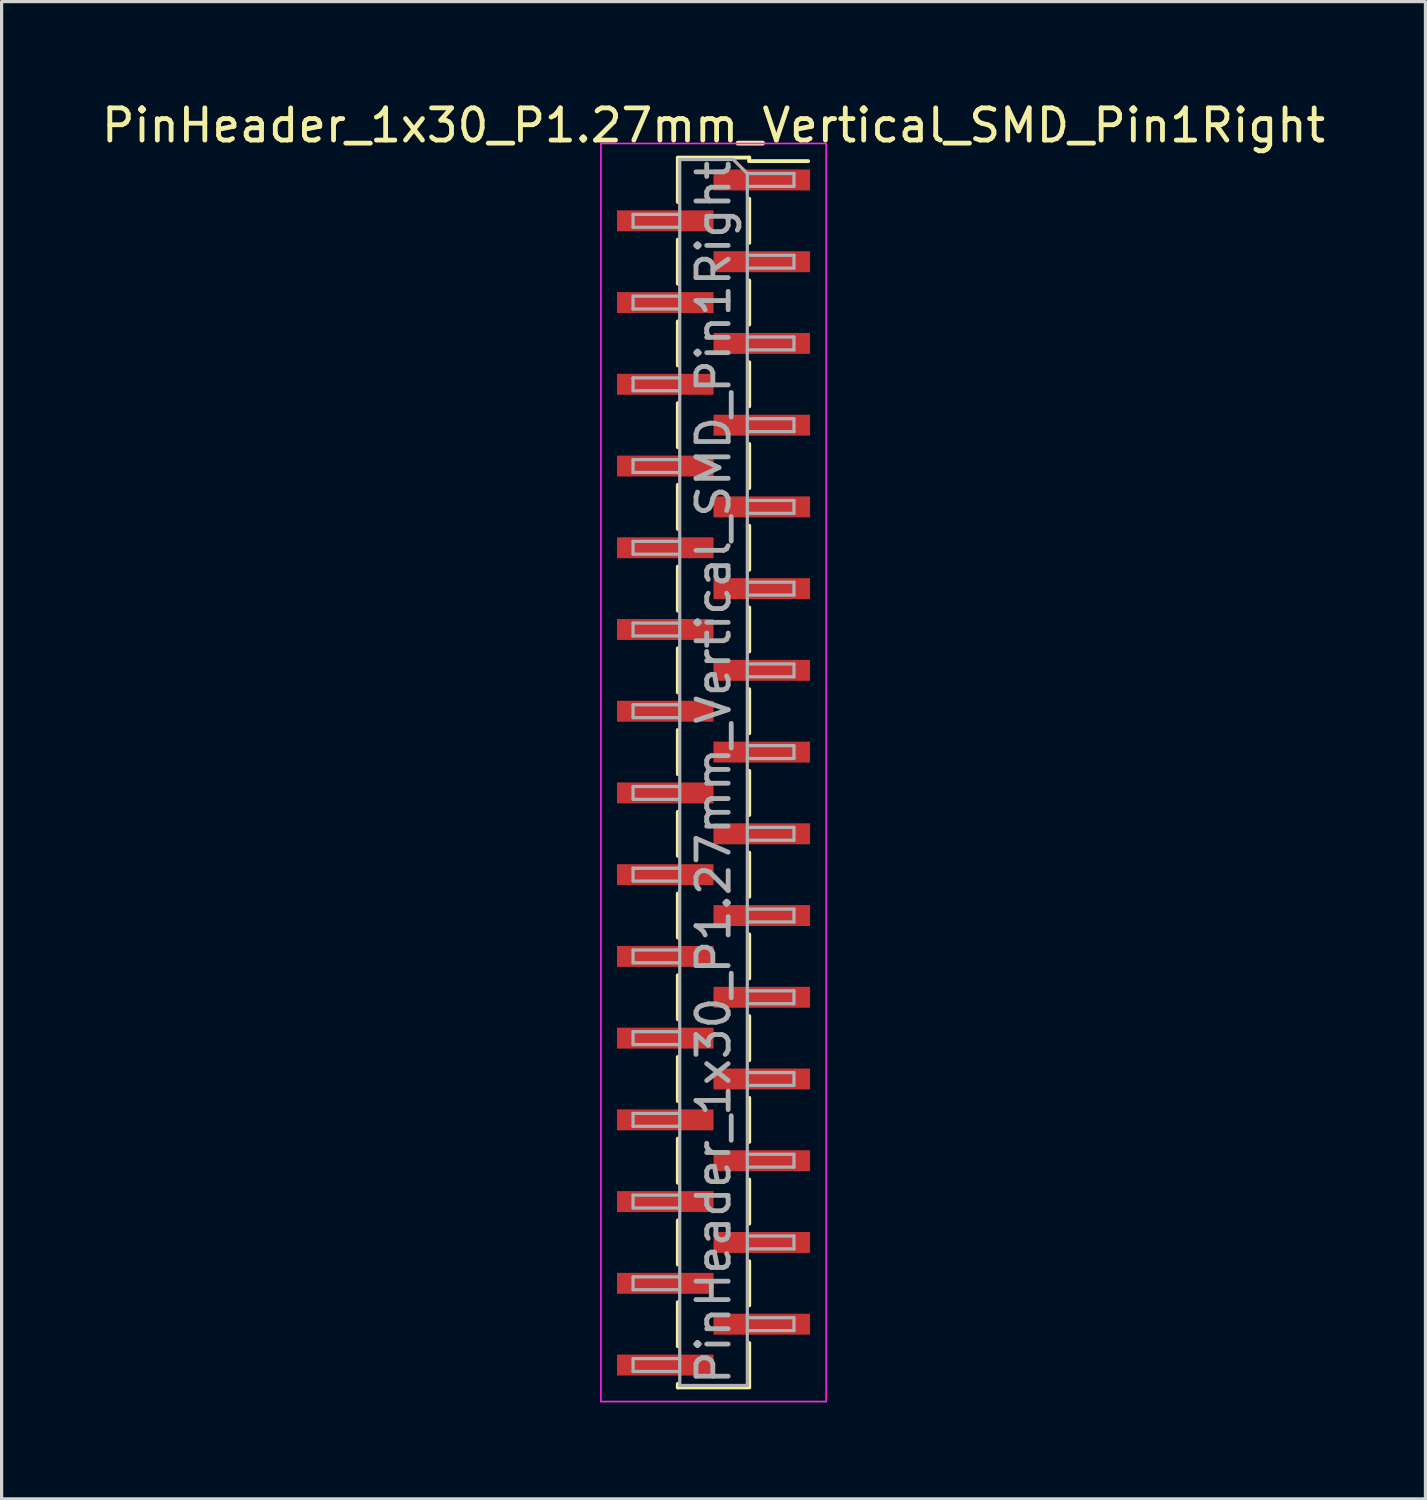
<source format=kicad_pcb>
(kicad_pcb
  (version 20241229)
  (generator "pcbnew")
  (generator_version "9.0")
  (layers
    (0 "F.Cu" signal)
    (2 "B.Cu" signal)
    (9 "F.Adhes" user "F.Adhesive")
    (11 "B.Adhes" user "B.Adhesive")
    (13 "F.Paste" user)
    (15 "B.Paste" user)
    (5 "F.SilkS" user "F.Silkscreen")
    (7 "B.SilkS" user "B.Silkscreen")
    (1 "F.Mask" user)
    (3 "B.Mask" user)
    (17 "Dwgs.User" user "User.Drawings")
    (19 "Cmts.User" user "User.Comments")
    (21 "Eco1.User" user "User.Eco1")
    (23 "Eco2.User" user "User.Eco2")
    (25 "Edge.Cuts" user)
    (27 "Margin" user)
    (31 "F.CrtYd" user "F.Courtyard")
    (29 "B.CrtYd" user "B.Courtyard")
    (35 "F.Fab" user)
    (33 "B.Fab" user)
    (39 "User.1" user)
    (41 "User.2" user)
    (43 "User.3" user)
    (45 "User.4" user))
  (footprint "PinHeader_1x30_P1.27mm_Vertical_SMD_Pin1Right"
    (layer "F.Cu")
    (at 19.125 20.958)
    (property "Reference" "PinHeader_1x30_P1.27mm_Vertical_SMD_Pin1Right" (at 0 -20.11 0) (layer "F.SilkS") (effects (font (size 1 1) (thickness 0.15))))
    (attr smd)
    (fp_line (start -1.11 -19.11) (end 1.11 -19.11) (stroke (width 0.12) (type solid)) (layer "F.SilkS"))
    (fp_line (start -1.11 -19.1) (end -1.11 -17.73) (stroke (width 0.12) (type solid)) (layer "F.SilkS"))
    (fp_line (start -1.11 -16.56) (end -1.11 -15.19) (stroke (width 0.12) (type solid)) (layer "F.SilkS"))
    (fp_line (start -1.11 -14.02) (end -1.11 -12.65) (stroke (width 0.12) (type solid)) (layer "F.SilkS"))
    (fp_line (start -1.11 -11.48) (end -1.11 -10.11) (stroke (width 0.12) (type solid)) (layer "F.SilkS"))
    (fp_line (start -1.11 -8.94) (end -1.11 -7.57) (stroke (width 0.12) (type solid)) (layer "F.SilkS"))
    (fp_line (start -1.11 -6.4) (end -1.11 -5.03) (stroke (width 0.12) (type solid)) (layer "F.SilkS"))
    (fp_line (start -1.11 -3.86) (end -1.11 -2.49) (stroke (width 0.12) (type solid)) (layer "F.SilkS"))
    (fp_line (start -1.11 -1.32) (end -1.11 0.05) (stroke (width 0.12) (type solid)) (layer "F.SilkS"))
    (fp_line (start -1.11 1.22) (end -1.11 2.59) (stroke (width 0.12) (type solid)) (layer "F.SilkS"))
    (fp_line (start -1.11 3.76) (end -1.11 5.13) (stroke (width 0.12) (type solid)) (layer "F.SilkS"))
    (fp_line (start -1.11 6.3) (end -1.11 7.67) (stroke (width 0.12) (type solid)) (layer "F.SilkS"))
    (fp_line (start -1.11 8.84) (end -1.11 10.21) (stroke (width 0.12) (type solid)) (layer "F.SilkS"))
    (fp_line (start -1.11 11.38) (end -1.11 12.75) (stroke (width 0.12) (type solid)) (layer "F.SilkS"))
    (fp_line (start -1.11 13.92) (end -1.11 15.29) (stroke (width 0.12) (type solid)) (layer "F.SilkS"))
    (fp_line (start -1.11 16.46) (end -1.11 17.83) (stroke (width 0.12) (type solid)) (layer "F.SilkS"))
    (fp_line (start -1.11 19) (end -1.11 19.11) (stroke (width 0.12) (type solid)) (layer "F.SilkS"))
    (fp_line (start -1.11 19.11) (end 1.11 19.11) (stroke (width 0.12) (type solid)) (layer "F.SilkS"))
    (fp_line (start 1.11 -19.11) (end 1.11 -19) (stroke (width 0.12) (type solid)) (layer "F.SilkS"))
    (fp_line (start 1.11 -19) (end 2.94 -19) (stroke (width 0.12) (type solid)) (layer "F.SilkS"))
    (fp_line (start 1.11 -17.83) (end 1.11 -16.46) (stroke (width 0.12) (type solid)) (layer "F.SilkS"))
    (fp_line (start 1.11 -15.29) (end 1.11 -13.92) (stroke (width 0.12) (type solid)) (layer "F.SilkS"))
    (fp_line (start 1.11 -12.75) (end 1.11 -11.38) (stroke (width 0.12) (type solid)) (layer "F.SilkS"))
    (fp_line (start 1.11 -10.21) (end 1.11 -8.84) (stroke (width 0.12) (type solid)) (layer "F.SilkS"))
    (fp_line (start 1.11 -7.67) (end 1.11 -6.3) (stroke (width 0.12) (type solid)) (layer "F.SilkS"))
    (fp_line (start 1.11 -5.13) (end 1.11 -3.76) (stroke (width 0.12) (type solid)) (layer "F.SilkS"))
    (fp_line (start 1.11 -2.59) (end 1.11 -1.22) (stroke (width 0.12) (type solid)) (layer "F.SilkS"))
    (fp_line (start 1.11 -0.05) (end 1.11 1.32) (stroke (width 0.12) (type solid)) (layer "F.SilkS"))
    (fp_line (start 1.11 2.49) (end 1.11 3.86) (stroke (width 0.12) (type solid)) (layer "F.SilkS"))
    (fp_line (start 1.11 5.03) (end 1.11 6.4) (stroke (width 0.12) (type solid)) (layer "F.SilkS"))
    (fp_line (start 1.11 7.57) (end 1.11 8.94) (stroke (width 0.12) (type solid)) (layer "F.SilkS"))
    (fp_line (start 1.11 10.11) (end 1.11 11.48) (stroke (width 0.12) (type solid)) (layer "F.SilkS"))
    (fp_line (start 1.11 12.65) (end 1.11 14.02) (stroke (width 0.12) (type solid)) (layer "F.SilkS"))
    (fp_line (start 1.11 15.19) (end 1.11 16.56) (stroke (width 0.12) (type solid)) (layer "F.SilkS"))
    (fp_line (start 1.11 17.73) (end 1.11 19.1) (stroke (width 0.12) (type solid)) (layer "F.SilkS"))
    (fp_line (start -3.5 -19.55) (end -3.5 19.55) (stroke (width 0.05) (type solid)) (layer "F.CrtYd"))
    (fp_line (start -3.5 19.55) (end 3.5 19.55) (stroke (width 0.05) (type solid)) (layer "F.CrtYd"))
    (fp_line (start 3.5 -19.55) (end -3.5 -19.55) (stroke (width 0.05) (type solid)) (layer "F.CrtYd"))
    (fp_line (start 3.5 19.55) (end 3.5 -19.55) (stroke (width 0.05) (type solid)) (layer "F.CrtYd"))
    (fp_line (start -2.5 -17.345) (end -2.5 -16.945) (stroke (width 0.1) (type solid)) (layer "F.Fab"))
    (fp_line (start -2.5 -16.945) (end -1.05 -16.945) (stroke (width 0.1) (type solid)) (layer "F.Fab"))
    (fp_line (start -2.5 -14.805) (end -2.5 -14.405) (stroke (width 0.1) (type solid)) (layer "F.Fab"))
    (fp_line (start -2.5 -14.405) (end -1.05 -14.405) (stroke (width 0.1) (type solid)) (layer "F.Fab"))
    (fp_line (start -2.5 -12.265) (end -2.5 -11.865) (stroke (width 0.1) (type solid)) (layer "F.Fab"))
    (fp_line (start -2.5 -11.865) (end -1.05 -11.865) (stroke (width 0.1) (type solid)) (layer "F.Fab"))
    (fp_line (start -2.5 -9.725) (end -2.5 -9.325) (stroke (width 0.1) (type solid)) (layer "F.Fab"))
    (fp_line (start -2.5 -9.325) (end -1.05 -9.325) (stroke (width 0.1) (type solid)) (layer "F.Fab"))
    (fp_line (start -2.5 -7.185) (end -2.5 -6.785) (stroke (width 0.1) (type solid)) (layer "F.Fab"))
    (fp_line (start -2.5 -6.785) (end -1.05 -6.785) (stroke (width 0.1) (type solid)) (layer "F.Fab"))
    (fp_line (start -2.5 -4.645) (end -2.5 -4.245) (stroke (width 0.1) (type solid)) (layer "F.Fab"))
    (fp_line (start -2.5 -4.245) (end -1.05 -4.245) (stroke (width 0.1) (type solid)) (layer "F.Fab"))
    (fp_line (start -2.5 -2.105) (end -2.5 -1.705) (stroke (width 0.1) (type solid)) (layer "F.Fab"))
    (fp_line (start -2.5 -1.705) (end -1.05 -1.705) (stroke (width 0.1) (type solid)) (layer "F.Fab"))
    (fp_line (start -2.5 0.435) (end -2.5 0.835) (stroke (width 0.1) (type solid)) (layer "F.Fab"))
    (fp_line (start -2.5 0.835) (end -1.05 0.835) (stroke (width 0.1) (type solid)) (layer "F.Fab"))
    (fp_line (start -2.5 2.975) (end -2.5 3.375) (stroke (width 0.1) (type solid)) (layer "F.Fab"))
    (fp_line (start -2.5 3.375) (end -1.05 3.375) (stroke (width 0.1) (type solid)) (layer "F.Fab"))
    (fp_line (start -2.5 5.515) (end -2.5 5.915) (stroke (width 0.1) (type solid)) (layer "F.Fab"))
    (fp_line (start -2.5 5.915) (end -1.05 5.915) (stroke (width 0.1) (type solid)) (layer "F.Fab"))
    (fp_line (start -2.5 8.055) (end -2.5 8.455) (stroke (width 0.1) (type solid)) (layer "F.Fab"))
    (fp_line (start -2.5 8.455) (end -1.05 8.455) (stroke (width 0.1) (type solid)) (layer "F.Fab"))
    (fp_line (start -2.5 10.595) (end -2.5 10.995) (stroke (width 0.1) (type solid)) (layer "F.Fab"))
    (fp_line (start -2.5 10.995) (end -1.05 10.995) (stroke (width 0.1) (type solid)) (layer "F.Fab"))
    (fp_line (start -2.5 13.135) (end -2.5 13.535) (stroke (width 0.1) (type solid)) (layer "F.Fab"))
    (fp_line (start -2.5 13.535) (end -1.05 13.535) (stroke (width 0.1) (type solid)) (layer "F.Fab"))
    (fp_line (start -2.5 15.675) (end -2.5 16.075) (stroke (width 0.1) (type solid)) (layer "F.Fab"))
    (fp_line (start -2.5 16.075) (end -1.05 16.075) (stroke (width 0.1) (type solid)) (layer "F.Fab"))
    (fp_line (start -2.5 18.215) (end -2.5 18.615) (stroke (width 0.1) (type solid)) (layer "F.Fab"))
    (fp_line (start -2.5 18.615) (end -1.05 18.615) (stroke (width 0.1) (type solid)) (layer "F.Fab"))
    (fp_line (start -1.05 -19.05) (end -1.05 19.05) (stroke (width 0.1) (type solid)) (layer "F.Fab"))
    (fp_line (start -1.05 -19.05) (end 0.615 -19.05) (stroke (width 0.1) (type solid)) (layer "F.Fab"))
    (fp_line (start -1.05 -17.345) (end -2.5 -17.345) (stroke (width 0.1) (type solid)) (layer "F.Fab"))
    (fp_line (start -1.05 -14.805) (end -2.5 -14.805) (stroke (width 0.1) (type solid)) (layer "F.Fab"))
    (fp_line (start -1.05 -12.265) (end -2.5 -12.265) (stroke (width 0.1) (type solid)) (layer "F.Fab"))
    (fp_line (start -1.05 -9.725) (end -2.5 -9.725) (stroke (width 0.1) (type solid)) (layer "F.Fab"))
    (fp_line (start -1.05 -7.185) (end -2.5 -7.185) (stroke (width 0.1) (type solid)) (layer "F.Fab"))
    (fp_line (start -1.05 -4.645) (end -2.5 -4.645) (stroke (width 0.1) (type solid)) (layer "F.Fab"))
    (fp_line (start -1.05 -2.105) (end -2.5 -2.105) (stroke (width 0.1) (type solid)) (layer "F.Fab"))
    (fp_line (start -1.05 0.435) (end -2.5 0.435) (stroke (width 0.1) (type solid)) (layer "F.Fab"))
    (fp_line (start -1.05 2.975) (end -2.5 2.975) (stroke (width 0.1) (type solid)) (layer "F.Fab"))
    (fp_line (start -1.05 5.515) (end -2.5 5.515) (stroke (width 0.1) (type solid)) (layer "F.Fab"))
    (fp_line (start -1.05 8.055) (end -2.5 8.055) (stroke (width 0.1) (type solid)) (layer "F.Fab"))
    (fp_line (start -1.05 10.595) (end -2.5 10.595) (stroke (width 0.1) (type solid)) (layer "F.Fab"))
    (fp_line (start -1.05 13.135) (end -2.5 13.135) (stroke (width 0.1) (type solid)) (layer "F.Fab"))
    (fp_line (start -1.05 15.675) (end -2.5 15.675) (stroke (width 0.1) (type solid)) (layer "F.Fab"))
    (fp_line (start -1.05 18.215) (end -2.5 18.215) (stroke (width 0.1) (type solid)) (layer "F.Fab"))
    (fp_line (start 1.05 -18.615) (end 0.615 -19.05) (stroke (width 0.1) (type solid)) (layer "F.Fab"))
    (fp_line (start 1.05 -18.615) (end 2.5 -18.615) (stroke (width 0.1) (type solid)) (layer "F.Fab"))
    (fp_line (start 1.05 -16.075) (end 2.5 -16.075) (stroke (width 0.1) (type solid)) (layer "F.Fab"))
    (fp_line (start 1.05 -13.535) (end 2.5 -13.535) (stroke (width 0.1) (type solid)) (layer "F.Fab"))
    (fp_line (start 1.05 -10.995) (end 2.5 -10.995) (stroke (width 0.1) (type solid)) (layer "F.Fab"))
    (fp_line (start 1.05 -8.455) (end 2.5 -8.455) (stroke (width 0.1) (type solid)) (layer "F.Fab"))
    (fp_line (start 1.05 -5.915) (end 2.5 -5.915) (stroke (width 0.1) (type solid)) (layer "F.Fab"))
    (fp_line (start 1.05 -3.375) (end 2.5 -3.375) (stroke (width 0.1) (type solid)) (layer "F.Fab"))
    (fp_line (start 1.05 -0.835) (end 2.5 -0.835) (stroke (width 0.1) (type solid)) (layer "F.Fab"))
    (fp_line (start 1.05 1.705) (end 2.5 1.705) (stroke (width 0.1) (type solid)) (layer "F.Fab"))
    (fp_line (start 1.05 4.245) (end 2.5 4.245) (stroke (width 0.1) (type solid)) (layer "F.Fab"))
    (fp_line (start 1.05 6.785) (end 2.5 6.785) (stroke (width 0.1) (type solid)) (layer "F.Fab"))
    (fp_line (start 1.05 9.325) (end 2.5 9.325) (stroke (width 0.1) (type solid)) (layer "F.Fab"))
    (fp_line (start 1.05 11.865) (end 2.5 11.865) (stroke (width 0.1) (type solid)) (layer "F.Fab"))
    (fp_line (start 1.05 14.405) (end 2.5 14.405) (stroke (width 0.1) (type solid)) (layer "F.Fab"))
    (fp_line (start 1.05 16.945) (end 2.5 16.945) (stroke (width 0.1) (type solid)) (layer "F.Fab"))
    (fp_line (start 1.05 19.05) (end -1.05 19.05) (stroke (width 0.1) (type solid)) (layer "F.Fab"))
    (fp_line (start 1.05 19.05) (end 1.05 -18.615) (stroke (width 0.1) (type solid)) (layer "F.Fab"))
    (fp_line (start 2.5 -18.615) (end 2.5 -18.215) (stroke (width 0.1) (type solid)) (layer "F.Fab"))
    (fp_line (start 2.5 -18.215) (end 1.05 -18.215) (stroke (width 0.1) (type solid)) (layer "F.Fab"))
    (fp_line (start 2.5 -16.075) (end 2.5 -15.675) (stroke (width 0.1) (type solid)) (layer "F.Fab"))
    (fp_line (start 2.5 -15.675) (end 1.05 -15.675) (stroke (width 0.1) (type solid)) (layer "F.Fab"))
    (fp_line (start 2.5 -13.535) (end 2.5 -13.135) (stroke (width 0.1) (type solid)) (layer "F.Fab"))
    (fp_line (start 2.5 -13.135) (end 1.05 -13.135) (stroke (width 0.1) (type solid)) (layer "F.Fab"))
    (fp_line (start 2.5 -10.995) (end 2.5 -10.595) (stroke (width 0.1) (type solid)) (layer "F.Fab"))
    (fp_line (start 2.5 -10.595) (end 1.05 -10.595) (stroke (width 0.1) (type solid)) (layer "F.Fab"))
    (fp_line (start 2.5 -8.455) (end 2.5 -8.055) (stroke (width 0.1) (type solid)) (layer "F.Fab"))
    (fp_line (start 2.5 -8.055) (end 1.05 -8.055) (stroke (width 0.1) (type solid)) (layer "F.Fab"))
    (fp_line (start 2.5 -5.915) (end 2.5 -5.515) (stroke (width 0.1) (type solid)) (layer "F.Fab"))
    (fp_line (start 2.5 -5.515) (end 1.05 -5.515) (stroke (width 0.1) (type solid)) (layer "F.Fab"))
    (fp_line (start 2.5 -3.375) (end 2.5 -2.975) (stroke (width 0.1) (type solid)) (layer "F.Fab"))
    (fp_line (start 2.5 -2.975) (end 1.05 -2.975) (stroke (width 0.1) (type solid)) (layer "F.Fab"))
    (fp_line (start 2.5 -0.835) (end 2.5 -0.435) (stroke (width 0.1) (type solid)) (layer "F.Fab"))
    (fp_line (start 2.5 -0.435) (end 1.05 -0.435) (stroke (width 0.1) (type solid)) (layer "F.Fab"))
    (fp_line (start 2.5 1.705) (end 2.5 2.105) (stroke (width 0.1) (type solid)) (layer "F.Fab"))
    (fp_line (start 2.5 2.105) (end 1.05 2.105) (stroke (width 0.1) (type solid)) (layer "F.Fab"))
    (fp_line (start 2.5 4.245) (end 2.5 4.645) (stroke (width 0.1) (type solid)) (layer "F.Fab"))
    (fp_line (start 2.5 4.645) (end 1.05 4.645) (stroke (width 0.1) (type solid)) (layer "F.Fab"))
    (fp_line (start 2.5 6.785) (end 2.5 7.185) (stroke (width 0.1) (type solid)) (layer "F.Fab"))
    (fp_line (start 2.5 7.185) (end 1.05 7.185) (stroke (width 0.1) (type solid)) (layer "F.Fab"))
    (fp_line (start 2.5 9.325) (end 2.5 9.725) (stroke (width 0.1) (type solid)) (layer "F.Fab"))
    (fp_line (start 2.5 9.725) (end 1.05 9.725) (stroke (width 0.1) (type solid)) (layer "F.Fab"))
    (fp_line (start 2.5 11.865) (end 2.5 12.265) (stroke (width 0.1) (type solid)) (layer "F.Fab"))
    (fp_line (start 2.5 12.265) (end 1.05 12.265) (stroke (width 0.1) (type solid)) (layer "F.Fab"))
    (fp_line (start 2.5 14.405) (end 2.5 14.805) (stroke (width 0.1) (type solid)) (layer "F.Fab"))
    (fp_line (start 2.5 14.805) (end 1.05 14.805) (stroke (width 0.1) (type solid)) (layer "F.Fab"))
    (fp_line (start 2.5 16.945) (end 2.5 17.345) (stroke (width 0.1) (type solid)) (layer "F.Fab"))
    (fp_line (start 2.5 17.345) (end 1.05 17.345) (stroke (width 0.1) (type solid)) (layer "F.Fab"))
    (fp_text user "${REFERENCE}" (at 0 0 90) (layer "F.Fab") (effects (font (size 1 1) (thickness 0.15))))
    (pad "1" smd rect (at 1.5 -18.415) (size 3 0.65) (layers "F.Cu" "F.Mask" "F.Paste"))
    (pad "2" smd rect (at -1.5 -17.145) (size 3 0.65) (layers "F.Cu" "F.Mask" "F.Paste"))
    (pad "3" smd rect (at 1.5 -15.875) (size 3 0.65) (layers "F.Cu" "F.Mask" "F.Paste"))
    (pad "4" smd rect (at -1.5 -14.605) (size 3 0.65) (layers "F.Cu" "F.Mask" "F.Paste"))
    (pad "5" smd rect (at 1.5 -13.335) (size 3 0.65) (layers "F.Cu" "F.Mask" "F.Paste"))
    (pad "6" smd rect (at -1.5 -12.065) (size 3 0.65) (layers "F.Cu" "F.Mask" "F.Paste"))
    (pad "7" smd rect (at 1.5 -10.795) (size 3 0.65) (layers "F.Cu" "F.Mask" "F.Paste"))
    (pad "8" smd rect (at -1.5 -9.525) (size 3 0.65) (layers "F.Cu" "F.Mask" "F.Paste"))
    (pad "9" smd rect (at 1.5 -8.255) (size 3 0.65) (layers "F.Cu" "F.Mask" "F.Paste"))
    (pad "10" smd rect (at -1.5 -6.985) (size 3 0.65) (layers "F.Cu" "F.Mask" "F.Paste"))
    (pad "11" smd rect (at 1.5 -5.715) (size 3 0.65) (layers "F.Cu" "F.Mask" "F.Paste"))
    (pad "12" smd rect (at -1.5 -4.445) (size 3 0.65) (layers "F.Cu" "F.Mask" "F.Paste"))
    (pad "13" smd rect (at 1.5 -3.175) (size 3 0.65) (layers "F.Cu" "F.Mask" "F.Paste"))
    (pad "14" smd rect (at -1.5 -1.905) (size 3 0.65) (layers "F.Cu" "F.Mask" "F.Paste"))
    (pad "15" smd rect (at 1.5 -0.635) (size 3 0.65) (layers "F.Cu" "F.Mask" "F.Paste"))
    (pad "16" smd rect (at -1.5 0.635) (size 3 0.65) (layers "F.Cu" "F.Mask" "F.Paste"))
    (pad "17" smd rect (at 1.5 1.905) (size 3 0.65) (layers "F.Cu" "F.Mask" "F.Paste"))
    (pad "18" smd rect (at -1.5 3.175) (size 3 0.65) (layers "F.Cu" "F.Mask" "F.Paste"))
    (pad "19" smd rect (at 1.5 4.445) (size 3 0.65) (layers "F.Cu" "F.Mask" "F.Paste"))
    (pad "20" smd rect (at -1.5 5.715) (size 3 0.65) (layers "F.Cu" "F.Mask" "F.Paste"))
    (pad "21" smd rect (at 1.5 6.985) (size 3 0.65) (layers "F.Cu" "F.Mask" "F.Paste"))
    (pad "22" smd rect (at -1.5 8.255) (size 3 0.65) (layers "F.Cu" "F.Mask" "F.Paste"))
    (pad "23" smd rect (at 1.5 9.525) (size 3 0.65) (layers "F.Cu" "F.Mask" "F.Paste"))
    (pad "24" smd rect (at -1.5 10.795) (size 3 0.65) (layers "F.Cu" "F.Mask" "F.Paste"))
    (pad "25" smd rect (at 1.5 12.065) (size 3 0.65) (layers "F.Cu" "F.Mask" "F.Paste"))
    (pad "26" smd rect (at -1.5 13.335) (size 3 0.65) (layers "F.Cu" "F.Mask" "F.Paste"))
    (pad "27" smd rect (at 1.5 14.605) (size 3 0.65) (layers "F.Cu" "F.Mask" "F.Paste"))
    (pad "28" smd rect (at -1.5 15.875) (size 3 0.65) (layers "F.Cu" "F.Mask" "F.Paste"))
    (pad "29" smd rect (at 1.5 17.145) (size 3 0.65) (layers "F.Cu" "F.Mask" "F.Paste"))
    (pad "30" smd rect (at -1.5 18.415) (size 3 0.65) (layers "F.Cu" "F.Mask" "F.Paste")))
  (gr_rect
    (start -3 -3)
    (end 41.25 43.533)
    (stroke (width 0.1) (type default))
    (fill no)
    (layer "Edge.Cuts")))
</source>
